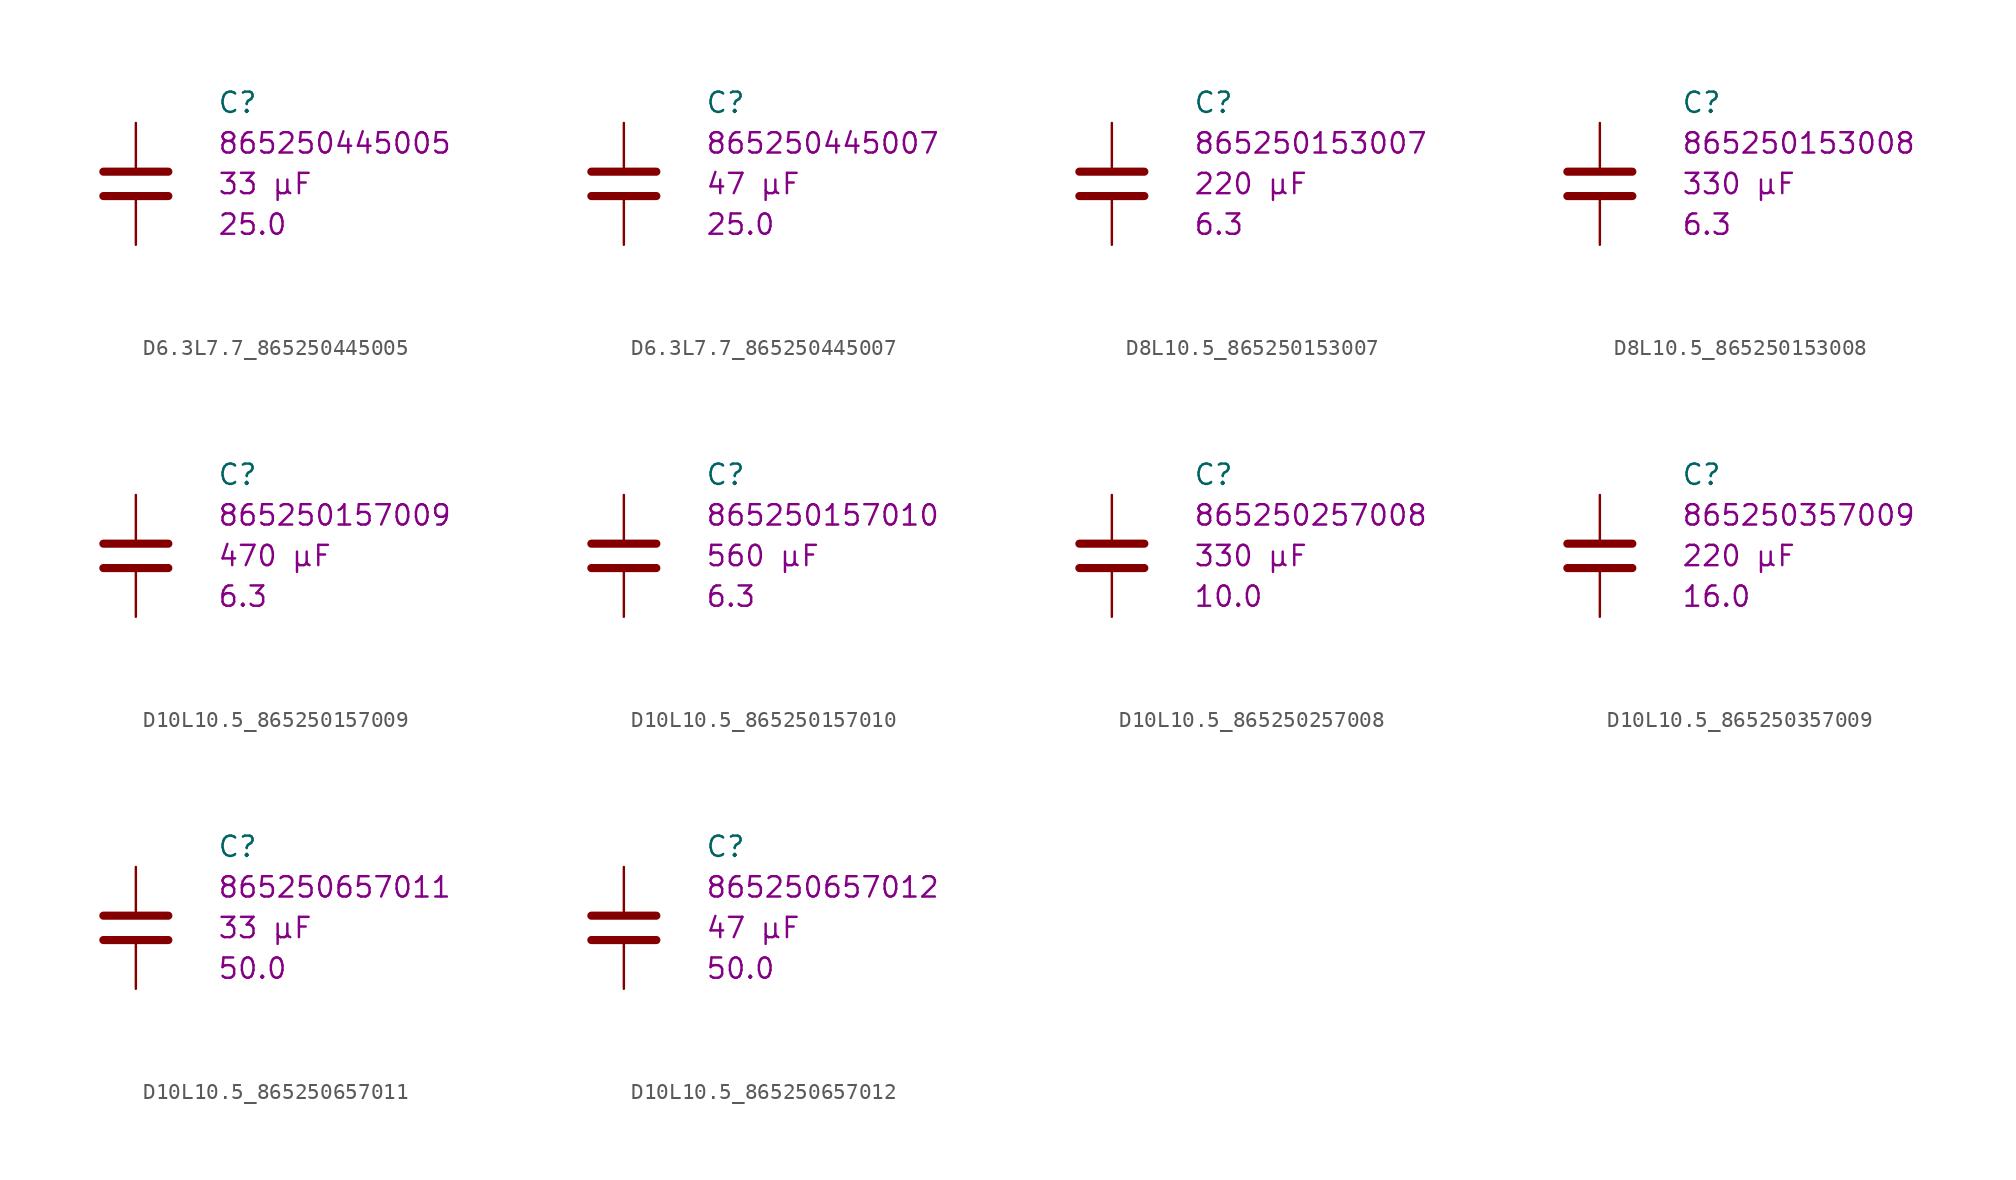
<source format=kicad_sym>
(kicad_symbol_lib
  (version 20220914)
  (generator kicad_symbol_editor)
  (symbol "D6.3L7.7_865250445005"
    (pin_numbers hide)
    (pin_names hide)
    (property "Reference" "C"
      (at 5.08 5.08 0)
      (effects (font (size 1.27 1.27)) (justify left)))
    (property "Part Number" "865250445005"
      (at 5.08 2.54 0)
      (effects (font (size 1.27 1.27)) (justify left)))
    (property "Capacitance" "33 µF"
      (at 5.08 0 0)
      (effects (font (size 1.27 1.27)) (justify left)))
    (property "Voltage" "25.0"
      (at 5.08 -2.54 0)
      (effects (font (size 1.27 1.27)) (justify left)))
    (property "Critical Parameter" ""
      (at 0 -7.62 0)
      (effects (font (size 1.27 1.27))))
    (symbol "D6.3L7.7_865250445005_0_1"
      (polyline (pts (xy -2.032 -0.762) (xy 2.032 -0.762)) (stroke (width 0.508) (type default)) (fill (type none)))
      (polyline (pts (xy -2.032 0.762) (xy 2.032 0.762)) (stroke (width 0.508) (type default)) (fill (type none))))
    (symbol "D6.3L7.7_865250445005_1_1"
      (pin passive line (at 0 3.81 270) (length 2.794) (name "1" (effects (font (size 1.27 1.27)))) (number "1" (effects (font (size 1.27 1.27)))))
      (pin passive line (at 0 -3.81 90) (length 2.794) (name "2" (effects (font (size 1.27 1.27)))) (number "2" (effects (font (size 1.27 1.27)))))))
  (symbol "D6.3L7.7_865250445007"
    (pin_numbers hide)
    (pin_names hide)
    (property "Reference" "C"
      (at 5.08 5.08 0)
      (effects (font (size 1.27 1.27)) (justify left)))
    (property "Part Number" "865250445007"
      (at 5.08 2.54 0)
      (effects (font (size 1.27 1.27)) (justify left)))
    (property "Capacitance" "47 µF"
      (at 5.08 0 0)
      (effects (font (size 1.27 1.27)) (justify left)))
    (property "Voltage" "25.0"
      (at 5.08 -2.54 0)
      (effects (font (size 1.27 1.27)) (justify left)))
    (property "Critical Parameter" ""
      (at 0 -7.62 0)
      (effects (font (size 1.27 1.27))))
    (symbol "D6.3L7.7_865250445007_0_1"
      (polyline (pts (xy -2.032 -0.762) (xy 2.032 -0.762)) (stroke (width 0.508) (type default)) (fill (type none)))
      (polyline (pts (xy -2.032 0.762) (xy 2.032 0.762)) (stroke (width 0.508) (type default)) (fill (type none))))
    (symbol "D6.3L7.7_865250445007_1_1"
      (pin passive line (at 0 3.81 270) (length 2.794) (name "1" (effects (font (size 1.27 1.27)))) (number "1" (effects (font (size 1.27 1.27)))))
      (pin passive line (at 0 -3.81 90) (length 2.794) (name "2" (effects (font (size 1.27 1.27)))) (number "2" (effects (font (size 1.27 1.27)))))))
  (symbol "D8L10.5_865250153007"
    (pin_numbers hide)
    (pin_names hide)
    (property "Reference" "C"
      (at 5.08 5.08 0)
      (effects (font (size 1.27 1.27)) (justify left)))
    (property "Part Number" "865250153007"
      (at 5.08 2.54 0)
      (effects (font (size 1.27 1.27)) (justify left)))
    (property "Capacitance" "220 µF"
      (at 5.08 0 0)
      (effects (font (size 1.27 1.27)) (justify left)))
    (property "Voltage" "6.3"
      (at 5.08 -2.54 0)
      (effects (font (size 1.27 1.27)) (justify left)))
    (property "Critical Parameter" ""
      (at 0 -7.62 0)
      (effects (font (size 1.27 1.27))))
    (symbol "D8L10.5_865250153007_0_1"
      (polyline (pts (xy -2.032 -0.762) (xy 2.032 -0.762)) (stroke (width 0.508) (type default)) (fill (type none)))
      (polyline (pts (xy -2.032 0.762) (xy 2.032 0.762)) (stroke (width 0.508) (type default)) (fill (type none))))
    (symbol "D8L10.5_865250153007_1_1"
      (pin passive line (at 0 3.81 270) (length 2.794) (name "1" (effects (font (size 1.27 1.27)))) (number "1" (effects (font (size 1.27 1.27)))))
      (pin passive line (at 0 -3.81 90) (length 2.794) (name "2" (effects (font (size 1.27 1.27)))) (number "2" (effects (font (size 1.27 1.27)))))))
  (symbol "D8L10.5_865250153008"
    (pin_numbers hide)
    (pin_names hide)
    (property "Reference" "C"
      (at 5.08 5.08 0)
      (effects (font (size 1.27 1.27)) (justify left)))
    (property "Part Number" "865250153008"
      (at 5.08 2.54 0)
      (effects (font (size 1.27 1.27)) (justify left)))
    (property "Capacitance" "330 µF"
      (at 5.08 0 0)
      (effects (font (size 1.27 1.27)) (justify left)))
    (property "Voltage" "6.3"
      (at 5.08 -2.54 0)
      (effects (font (size 1.27 1.27)) (justify left)))
    (property "Critical Parameter" ""
      (at 0 -7.62 0)
      (effects (font (size 1.27 1.27))))
    (symbol "D8L10.5_865250153008_0_1"
      (polyline (pts (xy -2.032 -0.762) (xy 2.032 -0.762)) (stroke (width 0.508) (type default)) (fill (type none)))
      (polyline (pts (xy -2.032 0.762) (xy 2.032 0.762)) (stroke (width 0.508) (type default)) (fill (type none))))
    (symbol "D8L10.5_865250153008_1_1"
      (pin passive line (at 0 3.81 270) (length 2.794) (name "1" (effects (font (size 1.27 1.27)))) (number "1" (effects (font (size 1.27 1.27)))))
      (pin passive line (at 0 -3.81 90) (length 2.794) (name "2" (effects (font (size 1.27 1.27)))) (number "2" (effects (font (size 1.27 1.27)))))))
  (symbol "D10L10.5_865250157009"
    (pin_numbers hide)
    (pin_names hide)
    (property "Reference" "C"
      (at 5.08 5.08 0)
      (effects (font (size 1.27 1.27)) (justify left)))
    (property "Part Number" "865250157009"
      (at 5.08 2.54 0)
      (effects (font (size 1.27 1.27)) (justify left)))
    (property "Capacitance" "470 µF"
      (at 5.08 0 0)
      (effects (font (size 1.27 1.27)) (justify left)))
    (property "Voltage" "6.3"
      (at 5.08 -2.54 0)
      (effects (font (size 1.27 1.27)) (justify left)))
    (property "Critical Parameter" ""
      (at 0 -7.62 0)
      (effects (font (size 1.27 1.27))))
    (symbol "D10L10.5_865250157009_0_1"
      (polyline (pts (xy -2.032 -0.762) (xy 2.032 -0.762)) (stroke (width 0.508) (type default)) (fill (type none)))
      (polyline (pts (xy -2.032 0.762) (xy 2.032 0.762)) (stroke (width 0.508) (type default)) (fill (type none))))
    (symbol "D10L10.5_865250157009_1_1"
      (pin passive line (at 0 3.81 270) (length 2.794) (name "1" (effects (font (size 1.27 1.27)))) (number "1" (effects (font (size 1.27 1.27)))))
      (pin passive line (at 0 -3.81 90) (length 2.794) (name "2" (effects (font (size 1.27 1.27)))) (number "2" (effects (font (size 1.27 1.27)))))))
  (symbol "D10L10.5_865250157010"
    (pin_numbers hide)
    (pin_names hide)
    (property "Reference" "C"
      (at 5.08 5.08 0)
      (effects (font (size 1.27 1.27)) (justify left)))
    (property "Part Number" "865250157010"
      (at 5.08 2.54 0)
      (effects (font (size 1.27 1.27)) (justify left)))
    (property "Capacitance" "560 µF"
      (at 5.08 0 0)
      (effects (font (size 1.27 1.27)) (justify left)))
    (property "Voltage" "6.3"
      (at 5.08 -2.54 0)
      (effects (font (size 1.27 1.27)) (justify left)))
    (property "Critical Parameter" ""
      (at 0 -7.62 0)
      (effects (font (size 1.27 1.27))))
    (symbol "D10L10.5_865250157010_0_1"
      (polyline (pts (xy -2.032 -0.762) (xy 2.032 -0.762)) (stroke (width 0.508) (type default)) (fill (type none)))
      (polyline (pts (xy -2.032 0.762) (xy 2.032 0.762)) (stroke (width 0.508) (type default)) (fill (type none))))
    (symbol "D10L10.5_865250157010_1_1"
      (pin passive line (at 0 3.81 270) (length 2.794) (name "1" (effects (font (size 1.27 1.27)))) (number "1" (effects (font (size 1.27 1.27)))))
      (pin passive line (at 0 -3.81 90) (length 2.794) (name "2" (effects (font (size 1.27 1.27)))) (number "2" (effects (font (size 1.27 1.27)))))))
  (symbol "D10L10.5_865250257008"
    (pin_numbers hide)
    (pin_names hide)
    (property "Reference" "C"
      (at 5.08 5.08 0)
      (effects (font (size 1.27 1.27)) (justify left)))
    (property "Part Number" "865250257008"
      (at 5.08 2.54 0)
      (effects (font (size 1.27 1.27)) (justify left)))
    (property "Capacitance" "330 µF"
      (at 5.08 0 0)
      (effects (font (size 1.27 1.27)) (justify left)))
    (property "Voltage" "10.0"
      (at 5.08 -2.54 0)
      (effects (font (size 1.27 1.27)) (justify left)))
    (property "Critical Parameter" ""
      (at 0 -7.62 0)
      (effects (font (size 1.27 1.27))))
    (symbol "D10L10.5_865250257008_0_1"
      (polyline (pts (xy -2.032 -0.762) (xy 2.032 -0.762)) (stroke (width 0.508) (type default)) (fill (type none)))
      (polyline (pts (xy -2.032 0.762) (xy 2.032 0.762)) (stroke (width 0.508) (type default)) (fill (type none))))
    (symbol "D10L10.5_865250257008_1_1"
      (pin passive line (at 0 3.81 270) (length 2.794) (name "1" (effects (font (size 1.27 1.27)))) (number "1" (effects (font (size 1.27 1.27)))))
      (pin passive line (at 0 -3.81 90) (length 2.794) (name "2" (effects (font (size 1.27 1.27)))) (number "2" (effects (font (size 1.27 1.27)))))))
  (symbol "D10L10.5_865250357009"
    (pin_numbers hide)
    (pin_names hide)
    (property "Reference" "C"
      (at 5.08 5.08 0)
      (effects (font (size 1.27 1.27)) (justify left)))
    (property "Part Number" "865250357009"
      (at 5.08 2.54 0)
      (effects (font (size 1.27 1.27)) (justify left)))
    (property "Capacitance" "220 µF"
      (at 5.08 0 0)
      (effects (font (size 1.27 1.27)) (justify left)))
    (property "Voltage" "16.0"
      (at 5.08 -2.54 0)
      (effects (font (size 1.27 1.27)) (justify left)))
    (property "Critical Parameter" ""
      (at 0 -7.62 0)
      (effects (font (size 1.27 1.27))))
    (symbol "D10L10.5_865250357009_0_1"
      (polyline (pts (xy -2.032 -0.762) (xy 2.032 -0.762)) (stroke (width 0.508) (type default)) (fill (type none)))
      (polyline (pts (xy -2.032 0.762) (xy 2.032 0.762)) (stroke (width 0.508) (type default)) (fill (type none))))
    (symbol "D10L10.5_865250357009_1_1"
      (pin passive line (at 0 3.81 270) (length 2.794) (name "1" (effects (font (size 1.27 1.27)))) (number "1" (effects (font (size 1.27 1.27)))))
      (pin passive line (at 0 -3.81 90) (length 2.794) (name "2" (effects (font (size 1.27 1.27)))) (number "2" (effects (font (size 1.27 1.27)))))))
  (symbol "D10L10.5_865250657011"
    (pin_numbers hide)
    (pin_names hide)
    (property "Reference" "C"
      (at 5.08 5.08 0)
      (effects (font (size 1.27 1.27)) (justify left)))
    (property "Part Number" "865250657011"
      (at 5.08 2.54 0)
      (effects (font (size 1.27 1.27)) (justify left)))
    (property "Capacitance" "33 µF"
      (at 5.08 0 0)
      (effects (font (size 1.27 1.27)) (justify left)))
    (property "Voltage" "50.0"
      (at 5.08 -2.54 0)
      (effects (font (size 1.27 1.27)) (justify left)))
    (property "Critical Parameter" ""
      (at 0 -7.62 0)
      (effects (font (size 1.27 1.27))))
    (symbol "D10L10.5_865250657011_0_1"
      (polyline (pts (xy -2.032 -0.762) (xy 2.032 -0.762)) (stroke (width 0.508) (type default)) (fill (type none)))
      (polyline (pts (xy -2.032 0.762) (xy 2.032 0.762)) (stroke (width 0.508) (type default)) (fill (type none))))
    (symbol "D10L10.5_865250657011_1_1"
      (pin passive line (at 0 3.81 270) (length 2.794) (name "1" (effects (font (size 1.27 1.27)))) (number "1" (effects (font (size 1.27 1.27)))))
      (pin passive line (at 0 -3.81 90) (length 2.794) (name "2" (effects (font (size 1.27 1.27)))) (number "2" (effects (font (size 1.27 1.27)))))))
  (symbol "D10L10.5_865250657012"
    (pin_numbers hide)
    (pin_names hide)
    (property "Reference" "C"
      (at 5.08 5.08 0)
      (effects (font (size 1.27 1.27)) (justify left)))
    (property "Part Number" "865250657012"
      (at 5.08 2.54 0)
      (effects (font (size 1.27 1.27)) (justify left)))
    (property "Capacitance" "47 µF"
      (at 5.08 0 0)
      (effects (font (size 1.27 1.27)) (justify left)))
    (property "Voltage" "50.0"
      (at 5.08 -2.54 0)
      (effects (font (size 1.27 1.27)) (justify left)))
    (property "Critical Parameter" ""
      (at 0 -7.62 0)
      (effects (font (size 1.27 1.27))))
    (symbol "D10L10.5_865250657012_0_1"
      (polyline (pts (xy -2.032 -0.762) (xy 2.032 -0.762)) (stroke (width 0.508) (type default)) (fill (type none)))
      (polyline (pts (xy -2.032 0.762) (xy 2.032 0.762)) (stroke (width 0.508) (type default)) (fill (type none))))
    (symbol "D10L10.5_865250657012_1_1"
      (pin passive line (at 0 3.81 270) (length 2.794) (name "1" (effects (font (size 1.27 1.27)))) (number "1" (effects (font (size 1.27 1.27)))))
      (pin passive line (at 0 -3.81 90) (length 2.794) (name "2" (effects (font (size 1.27 1.27)))) (number "2" (effects (font (size 1.27 1.27))))))))
</source>
